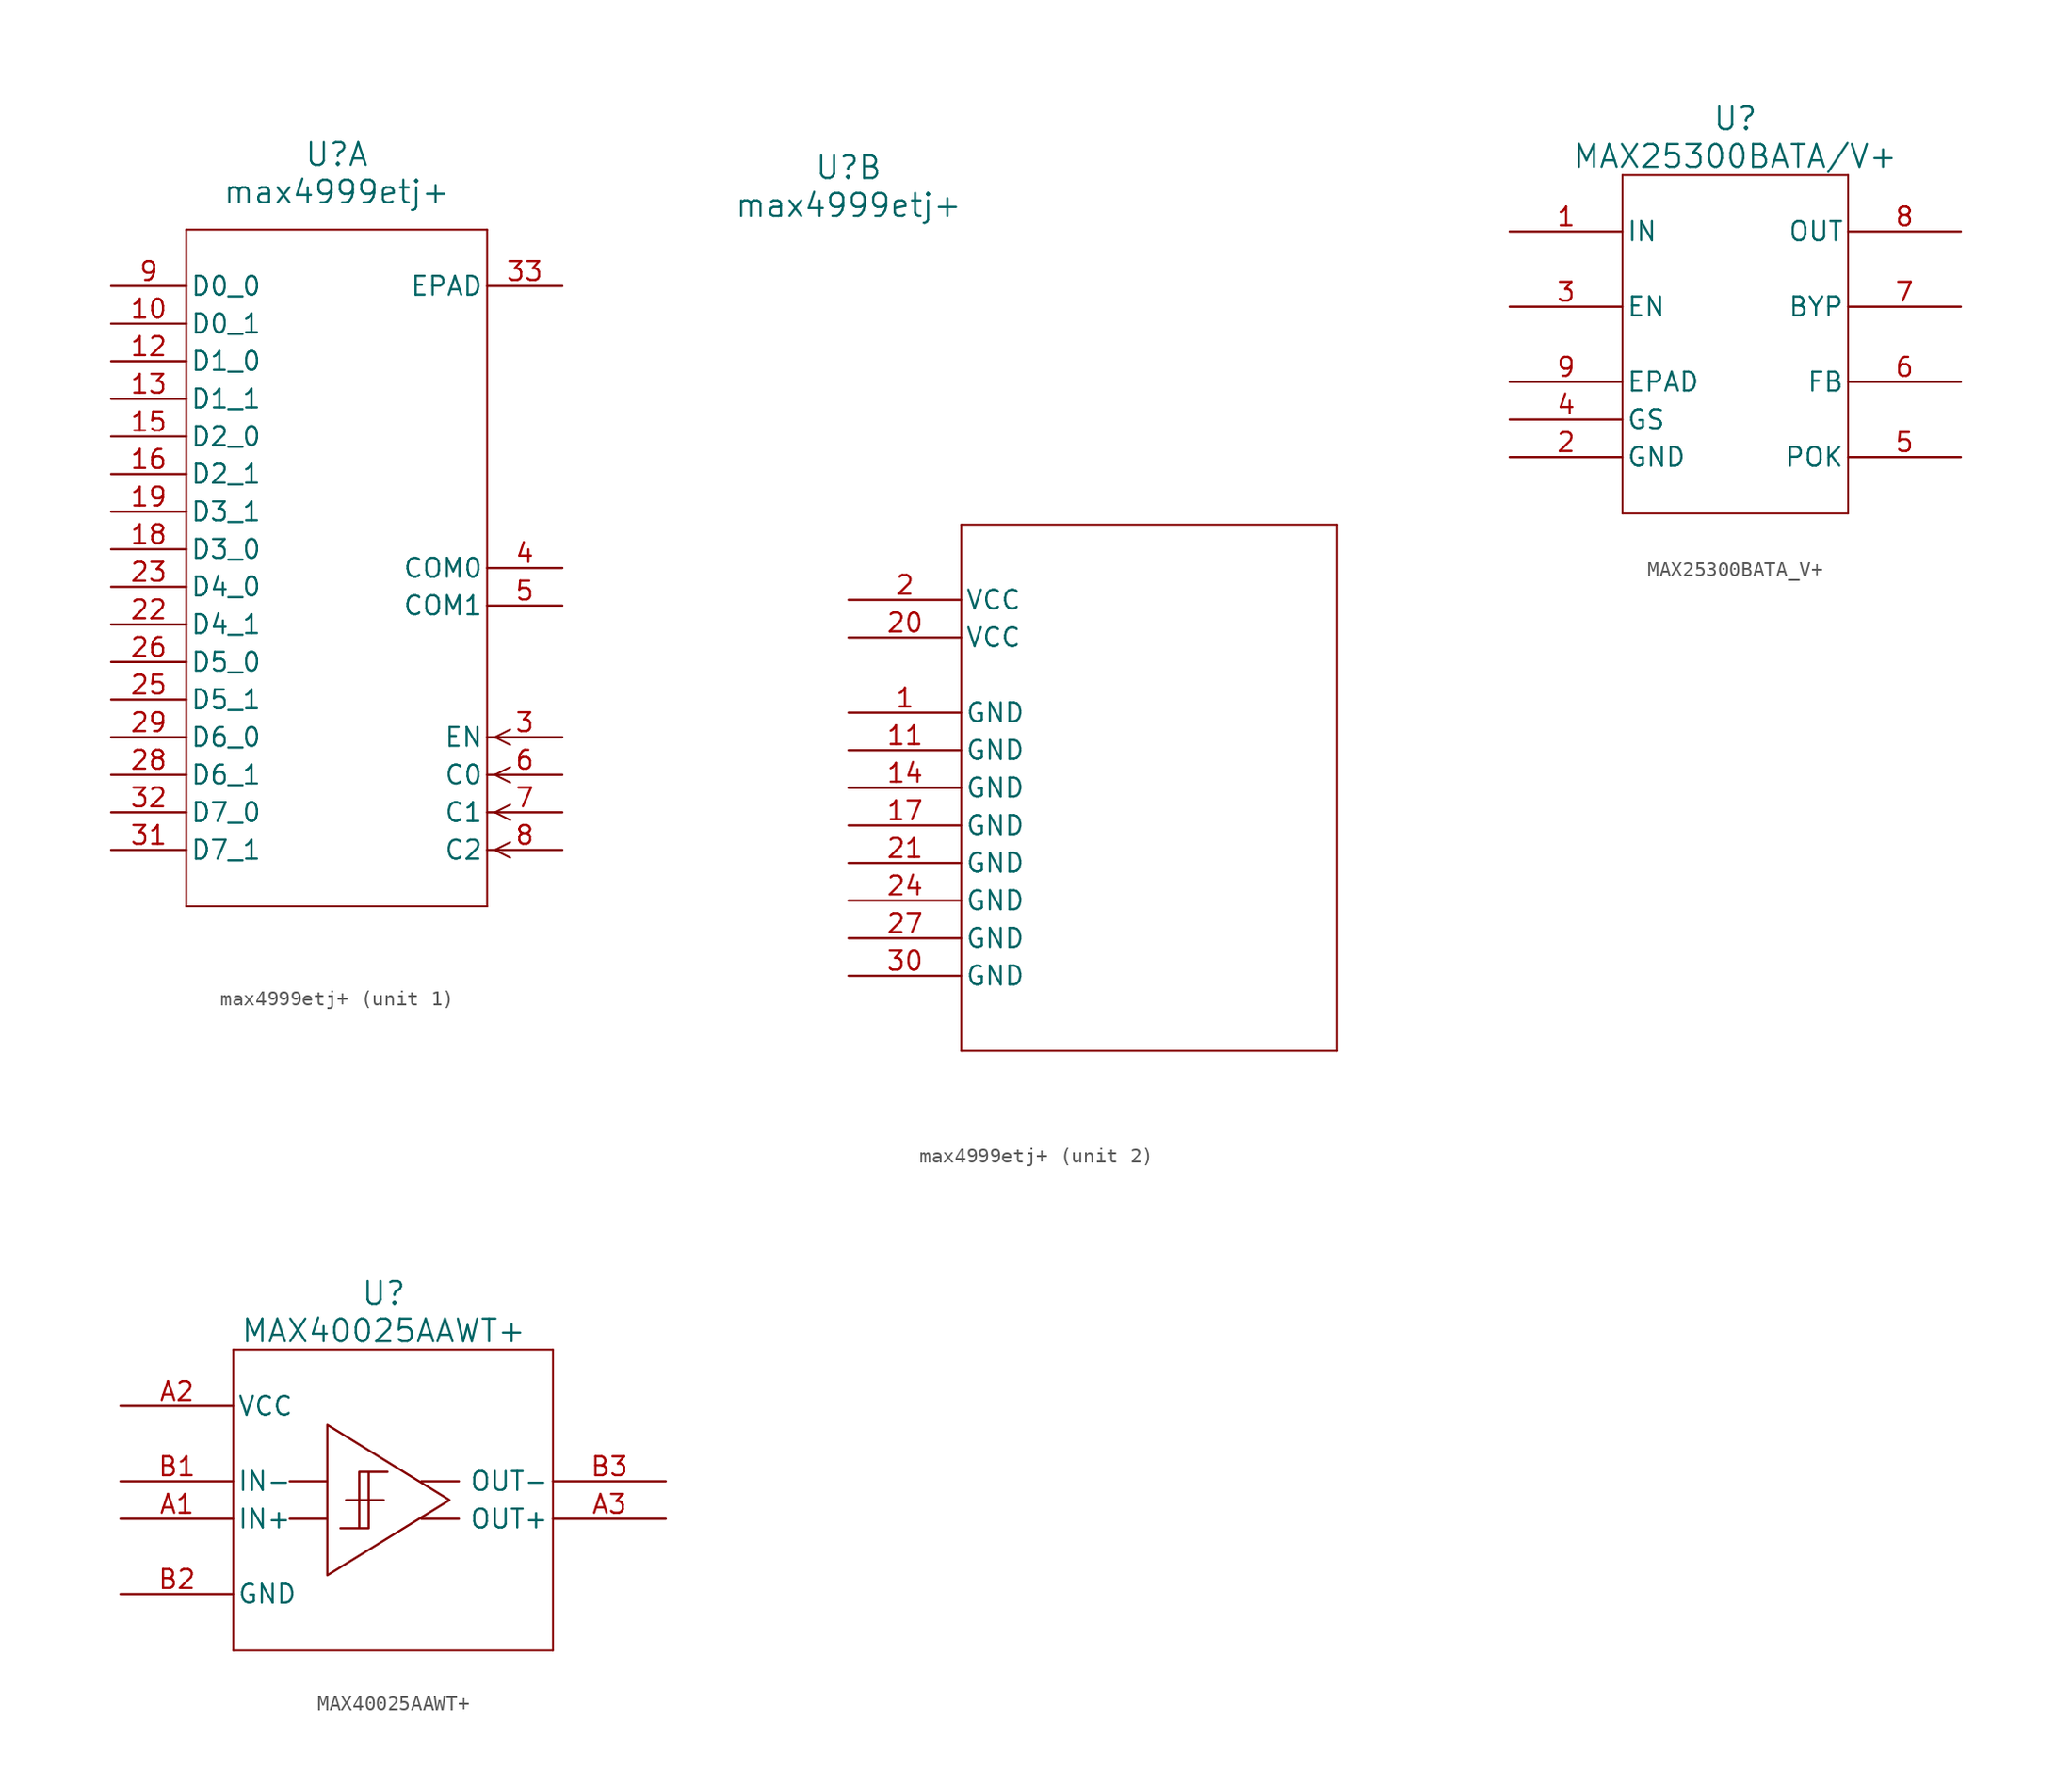
<source format=kicad_sym>
(kicad_symbol_lib
  (version 20220914)
  (generator kicad_symbol_editor)
  (symbol "max4999etj+"
    (pin_names
      (offset 0.254))
    (property "Reference" "U"
      (at 0 29.21 0)
      (effects (font (size 1.524 1.524))))
    (property "Value" "max4999etj+"
      (at 0 26.67 0)
      (effects (font (size 1.524 1.524))))
    (property "ki_locked" ""
      (at 0 0 0)
      (effects (font (size 1.27 1.27))))
    (symbol "max4999etj+_1_1"
      (polyline (pts (xy -10.16 -21.59) (xy 10.16 -21.59)) (stroke (width 0.127) (type default)) (fill (type none)))
      (polyline (pts (xy -10.16 24.13) (xy -10.16 -21.59)) (stroke (width 0.127) (type default)) (fill (type none)))
      (polyline (pts (xy 10.16 -21.59) (xy 10.16 24.13)) (stroke (width 0.127) (type default)) (fill (type none)))
      (polyline (pts (xy 10.16 24.13) (xy -10.16 24.13)) (stroke (width 0.127) (type default)) (fill (type none)))
      (polyline (pts (xy 10.681 -17.78) (xy 11.722 -18.301)) (stroke (width 0.127) (type default)) (fill (type none)))
      (polyline (pts (xy 10.681 -17.78) (xy 11.722 -17.259)) (stroke (width 0.127) (type default)) (fill (type none)))
      (polyline (pts (xy 10.681 -15.24) (xy 11.722 -15.761)) (stroke (width 0.127) (type default)) (fill (type none)))
      (polyline (pts (xy 10.681 -15.24) (xy 11.722 -14.719)) (stroke (width 0.127) (type default)) (fill (type none)))
      (polyline (pts (xy 10.681 -12.7) (xy 11.722 -13.221)) (stroke (width 0.127) (type default)) (fill (type none)))
      (polyline (pts (xy 10.681 -12.7) (xy 11.722 -12.179)) (stroke (width 0.127) (type default)) (fill (type none)))
      (polyline (pts (xy 10.681 -10.16) (xy 11.722 -10.681)) (stroke (width 0.127) (type default)) (fill (type none)))
      (polyline (pts (xy 10.681 -10.16) (xy 11.722 -9.639)) (stroke (width 0.127) (type default)) (fill (type none)))
      (pin bidirectional line (at -15.24 17.78 0) (length 5.08) (name "D0_1" (effects (font (size 1.27 1.27)))) (number "10" (effects (font (size 1.27 1.27)))))
      (pin bidirectional line (at -15.24 15.24 0) (length 5.08) (name "D1_0" (effects (font (size 1.27 1.27)))) (number "12" (effects (font (size 1.27 1.27)))))
      (pin bidirectional line (at -15.24 12.7 0) (length 5.08) (name "D1_1" (effects (font (size 1.27 1.27)))) (number "13" (effects (font (size 1.27 1.27)))))
      (pin bidirectional line (at -15.24 10.16 0) (length 5.08) (name "D2_0" (effects (font (size 1.27 1.27)))) (number "15" (effects (font (size 1.27 1.27)))))
      (pin bidirectional line (at -15.24 7.62 0) (length 5.08) (name "D2_1" (effects (font (size 1.27 1.27)))) (number "16" (effects (font (size 1.27 1.27)))))
      (pin bidirectional line (at -15.24 2.54 0) (length 5.08) (name "D3_0" (effects (font (size 1.27 1.27)))) (number "18" (effects (font (size 1.27 1.27)))))
      (pin bidirectional line (at -15.24 5.08 0) (length 5.08) (name "D3_1" (effects (font (size 1.27 1.27)))) (number "19" (effects (font (size 1.27 1.27)))))
      (pin bidirectional line (at -15.24 -2.54 0) (length 5.08) (name "D4_1" (effects (font (size 1.27 1.27)))) (number "22" (effects (font (size 1.27 1.27)))))
      (pin bidirectional line (at -15.24 0 0) (length 5.08) (name "D4_0" (effects (font (size 1.27 1.27)))) (number "23" (effects (font (size 1.27 1.27)))))
      (pin bidirectional line (at -15.24 -7.62 0) (length 5.08) (name "D5_1" (effects (font (size 1.27 1.27)))) (number "25" (effects (font (size 1.27 1.27)))))
      (pin bidirectional line (at -15.24 -5.08 0) (length 5.08) (name "D5_0" (effects (font (size 1.27 1.27)))) (number "26" (effects (font (size 1.27 1.27)))))
      (pin bidirectional line (at -15.24 -12.7 0) (length 5.08) (name "D6_1" (effects (font (size 1.27 1.27)))) (number "28" (effects (font (size 1.27 1.27)))))
      (pin bidirectional line (at -15.24 -10.16 0) (length 5.08) (name "D6_0" (effects (font (size 1.27 1.27)))) (number "29" (effects (font (size 1.27 1.27)))))
      (pin input line (at 15.24 -10.16 180) (length 5.08) (name "EN" (effects (font (size 1.27 1.27)))) (number "3" (effects (font (size 1.27 1.27)))))
      (pin bidirectional line (at -15.24 -17.78 0) (length 5.08) (name "D7_1" (effects (font (size 1.27 1.27)))) (number "31" (effects (font (size 1.27 1.27)))))
      (pin bidirectional line (at -15.24 -15.24 0) (length 5.08) (name "D7_0" (effects (font (size 1.27 1.27)))) (number "32" (effects (font (size 1.27 1.27)))))
      (pin power_in line (at 15.24 20.32 180) (length 5.08) (name "EPAD" (effects (font (size 1.27 1.27)))) (number "33" (effects (font (size 1.27 1.27)))))
      (pin bidirectional line (at 15.24 1.27 180) (length 5.08) (name "COM0" (effects (font (size 1.27 1.27)))) (number "4" (effects (font (size 1.27 1.27)))))
      (pin bidirectional line (at 15.24 -1.27 180) (length 5.08) (name "COM1" (effects (font (size 1.27 1.27)))) (number "5" (effects (font (size 1.27 1.27)))))
      (pin input line (at 15.24 -12.7 180) (length 5.08) (name "C0" (effects (font (size 1.27 1.27)))) (number "6" (effects (font (size 1.27 1.27)))))
      (pin input line (at 15.24 -15.24 180) (length 5.08) (name "C1" (effects (font (size 1.27 1.27)))) (number "7" (effects (font (size 1.27 1.27)))))
      (pin input line (at 15.24 -17.78 180) (length 5.08) (name "C2" (effects (font (size 1.27 1.27)))) (number "8" (effects (font (size 1.27 1.27)))))
      (pin bidirectional line (at -15.24 20.32 0) (length 5.08) (name "D0_0" (effects (font (size 1.27 1.27)))) (number "9" (effects (font (size 1.27 1.27))))))
    (symbol "max4999etj+_2_1"
      (polyline (pts (xy 7.62 -30.48) (xy 33.02 -30.48)) (stroke (width 0.127) (type default)) (fill (type none)))
      (polyline (pts (xy 7.62 5.08) (xy 7.62 -30.48)) (stroke (width 0.127) (type default)) (fill (type none)))
      (polyline (pts (xy 33.02 -30.48) (xy 33.02 5.08)) (stroke (width 0.127) (type default)) (fill (type none)))
      (polyline (pts (xy 33.02 5.08) (xy 7.62 5.08)) (stroke (width 0.127) (type default)) (fill (type none)))
      (pin power_in line (at 0 -7.62 0) (length 7.62) (name "GND" (effects (font (size 1.27 1.27)))) (number "1" (effects (font (size 1.27 1.27)))))
      (pin power_in line (at 0 -10.16 0) (length 7.62) (name "GND" (effects (font (size 1.27 1.27)))) (number "11" (effects (font (size 1.27 1.27)))))
      (pin power_in line (at 0 -12.7 0) (length 7.62) (name "GND" (effects (font (size 1.27 1.27)))) (number "14" (effects (font (size 1.27 1.27)))))
      (pin power_in line (at 0 -15.24 0) (length 7.62) (name "GND" (effects (font (size 1.27 1.27)))) (number "17" (effects (font (size 1.27 1.27)))))
      (pin power_in line (at 0 0 0) (length 7.62) (name "VCC" (effects (font (size 1.27 1.27)))) (number "2" (effects (font (size 1.27 1.27)))))
      (pin power_in line (at 0 -2.54 0) (length 7.62) (name "VCC" (effects (font (size 1.27 1.27)))) (number "20" (effects (font (size 1.27 1.27)))))
      (pin power_in line (at 0 -17.78 0) (length 7.62) (name "GND" (effects (font (size 1.27 1.27)))) (number "21" (effects (font (size 1.27 1.27)))))
      (pin power_in line (at 0 -20.32 0) (length 7.62) (name "GND" (effects (font (size 1.27 1.27)))) (number "24" (effects (font (size 1.27 1.27)))))
      (pin power_in line (at 0 -22.86 0) (length 7.62) (name "GND" (effects (font (size 1.27 1.27)))) (number "27" (effects (font (size 1.27 1.27)))))
      (pin power_in line (at 0 -25.4 0) (length 7.62) (name "GND" (effects (font (size 1.27 1.27)))) (number "30" (effects (font (size 1.27 1.27)))))))
  (symbol "MAX25300BATA_V+"
    (pin_names
      (offset 0.254))
    (property "Reference" "U"
      (at 0 15.24 0)
      (effects (font (size 1.524 1.524))))
    (property "Value" "MAX25300BATA/V+"
      (at 0 12.7 0)
      (effects (font (size 1.524 1.524))))
    (symbol "MAX25300BATA_V+_0_1"
      (polyline (pts (xy -7.62 -11.43) (xy 7.62 -11.43)) (stroke (width 0.127) (type default)) (fill (type none)))
      (polyline (pts (xy -7.62 11.43) (xy -7.62 -11.43)) (stroke (width 0.127) (type default)) (fill (type none)))
      (polyline (pts (xy 7.62 -11.43) (xy 7.62 11.43)) (stroke (width 0.127) (type default)) (fill (type none)))
      (polyline (pts (xy 7.62 11.43) (xy -7.62 11.43)) (stroke (width 0.127) (type default)) (fill (type none)))
      (pin power_in line (at -15.24 -7.62 0) (length 7.62) (name "GND" (effects (font (size 1.27 1.27)))) (number "2" (effects (font (size 1.27 1.27)))))
      (pin input line (at -15.24 2.54 0) (length 7.62) (name "EN" (effects (font (size 1.27 1.27)))) (number "3" (effects (font (size 1.27 1.27)))))
      (pin output line (at 15.24 -7.62 180) (length 7.62) (name "POK" (effects (font (size 1.27 1.27)))) (number "5" (effects (font (size 1.27 1.27)))))
      (pin input line (at 15.24 -2.54 180) (length 7.62) (name "FB" (effects (font (size 1.27 1.27)))) (number "6" (effects (font (size 1.27 1.27)))))
      (pin input line (at 15.24 2.54 180) (length 7.62) (name "BYP" (effects (font (size 1.27 1.27)))) (number "7" (effects (font (size 1.27 1.27)))))
      (pin power_in line (at -15.24 -2.54 0) (length 7.62) (name "EPAD" (effects (font (size 1.27 1.27)))) (number "9" (effects (font (size 1.27 1.27))))))
    (symbol "MAX25300BATA_V+_1_1"
      (pin power_in line (at -15.24 7.62 0) (length 7.62) (name "IN" (effects (font (size 1.27 1.27)))) (number "1" (effects (font (size 1.27 1.27)))))
      (pin power_in line (at -15.24 -5.08 0) (length 7.62) (name "GS" (effects (font (size 1.27 1.27)))) (number "4" (effects (font (size 1.27 1.27)))))
      (pin power_out line (at 15.24 7.62 180) (length 7.62) (name "OUT" (effects (font (size 1.27 1.27)))) (number "8" (effects (font (size 1.27 1.27)))))))
  (symbol "MAX40025AAWT+"
    (pin_names
      (offset 0.254))
    (property "Reference" "U"
      (at 17.78 13.97 0)
      (effects (font (size 1.524 1.524))))
    (property "Value" "MAX40025AAWT+"
      (at 17.78 11.43 0)
      (effects (font (size 1.524 1.524))))
    (symbol "MAX40025AAWT+_0_1"
      (polyline (pts (xy 7.62 -10.16) (xy 29.21 -10.16)) (stroke (width 0.127) (type default)) (fill (type none)))
      (polyline (pts (xy 7.62 10.16) (xy 7.62 -10.16)) (stroke (width 0.127) (type default)) (fill (type none)))
      (polyline (pts (xy 29.21 -10.16) (xy 29.21 10.16)) (stroke (width 0.127) (type default)) (fill (type none)))
      (polyline (pts (xy 29.21 10.16) (xy 7.62 10.16)) (stroke (width 0.127) (type default)) (fill (type none)))
      (pin input line (at 0 -1.27 0) (length 7.62) (name "IN+" (effects (font (size 1.27 1.27)))) (number "A1" (effects (font (size 1.27 1.27)))))
      (pin power_in line (at 0 6.35 0) (length 7.62) (name "VCC" (effects (font (size 1.27 1.27)))) (number "A2" (effects (font (size 1.27 1.27)))))
      (pin output line (at 36.83 -1.27 180) (length 7.62) (name "OUT+" (effects (font (size 1.27 1.27)))) (number "A3" (effects (font (size 1.27 1.27)))))
      (pin input line (at 0 1.27 0) (length 7.62) (name "IN-" (effects (font (size 1.27 1.27)))) (number "B1" (effects (font (size 1.27 1.27)))))
      (pin output line (at 36.83 1.27 180) (length 7.62) (name "OUT-" (effects (font (size 1.27 1.27)))) (number "B3" (effects (font (size 1.27 1.27))))))
    (symbol "MAX40025AAWT+_1_1"
      (polyline (pts (xy 11.43 -1.27) (xy 13.97 -1.27)) (stroke (width 0) (type default)) (fill (type none)))
      (polyline (pts (xy 11.43 1.27) (xy 13.97 1.27)) (stroke (width 0) (type default)) (fill (type none)))
      (polyline (pts (xy 17.78 0) (xy 15.24 0)) (stroke (width 0) (type solid)) (fill (type none)))
      (polyline (pts (xy 20.32 -1.27) (xy 22.86 -1.27)) (stroke (width 0) (type default)) (fill (type none)))
      (polyline (pts (xy 20.32 1.27) (xy 22.86 1.27)) (stroke (width 0) (type default)) (fill (type none)))
      (polyline (pts (xy 13.97 5.08) (xy 13.97 -5.08) (xy 22.225 0) (xy 13.97 5.08)) (stroke (width 0) (type default)) (fill (type none)))
      (polyline (pts (xy 14.859 -1.905) (xy 16.764 -1.905) (xy 16.764 1.905) (xy 18.034 1.905) (xy 16.129 1.905) (xy 16.129 -1.905)) (stroke (width 0) (type default)) (fill (type none)))
      (pin power_in line (at 0 -6.35 0) (length 7.62) (name "GND" (effects (font (size 1.27 1.27)))) (number "B2" (effects (font (size 1.27 1.27))))))))
</source>
